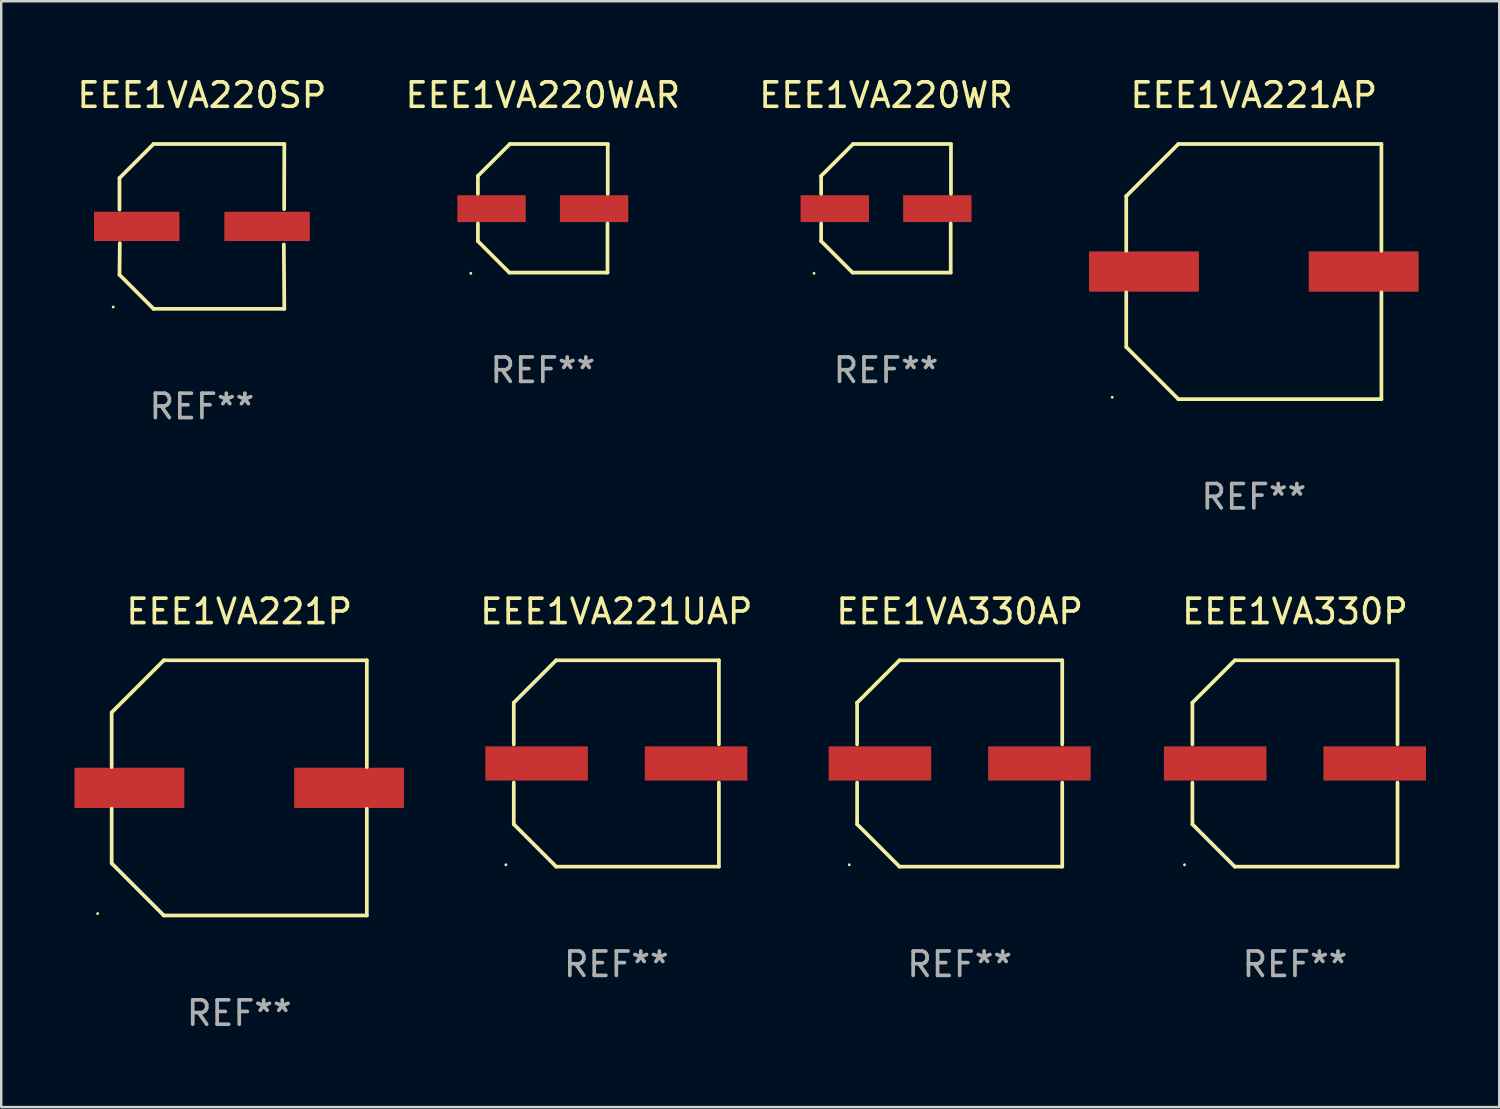
<source format=kicad_pcb>
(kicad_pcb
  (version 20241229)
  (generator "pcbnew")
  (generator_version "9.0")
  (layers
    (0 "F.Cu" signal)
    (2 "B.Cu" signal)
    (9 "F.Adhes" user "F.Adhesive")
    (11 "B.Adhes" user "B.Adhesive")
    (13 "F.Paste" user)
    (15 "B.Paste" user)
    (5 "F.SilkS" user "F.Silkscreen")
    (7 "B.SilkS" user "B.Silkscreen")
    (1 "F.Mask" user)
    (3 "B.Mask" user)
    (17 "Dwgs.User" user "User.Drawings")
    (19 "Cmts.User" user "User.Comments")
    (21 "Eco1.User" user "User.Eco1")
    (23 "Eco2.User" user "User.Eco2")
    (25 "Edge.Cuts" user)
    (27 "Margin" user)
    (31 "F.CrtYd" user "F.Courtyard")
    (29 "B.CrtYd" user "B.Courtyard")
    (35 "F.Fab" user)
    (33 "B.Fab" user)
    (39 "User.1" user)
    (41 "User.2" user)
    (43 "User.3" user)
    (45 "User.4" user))
  (footprint "EEE1VA220WR"
    (layer "F.Cu")
    (at 33.244 5.482)
    (property "Reference" "EEE1VA220WR" (at 0 -4.634 0) (layer "F.SilkS") (effects (font (size 1 1) (thickness 0.15))))
    (attr through_hole)
    (fp_line (start -2.659 -1.326) (end -2.659 -0.592) (stroke (width 0.152) (type solid)) (layer "F.SilkS"))
    (fp_line (start -2.659 1.346) (end -2.659 0.622) (stroke (width 0.152) (type solid)) (layer "F.SilkS"))
    (fp_line (start -1.372 2.634) (end -2.659 1.346) (stroke (width 0.152) (type solid)) (layer "F.SilkS"))
    (fp_line (start -1.349 -2.634) (end -2.659 -1.326) (stroke (width 0.152) (type solid)) (layer "F.SilkS"))
    (fp_line (start 2.649 0.622) (end 2.649 2.634) (stroke (width 0.152) (type solid)) (layer "F.SilkS"))
    (fp_line (start 2.649 2.634) (end -1.372 2.634) (stroke (width 0.152) (type solid)) (layer "F.SilkS"))
    (fp_line (start 2.659 -2.634) (end -1.349 -2.634) (stroke (width 0.152) (type solid)) (layer "F.SilkS"))
    (fp_line (start 2.659 -0.592) (end 2.659 -2.634) (stroke (width 0.152) (type solid)) (layer "F.SilkS"))
    (fp_circle (center -2.95 2.665) (end -2.92 2.665) (stroke (width 0.06) (type solid)) (fill no) (layer "F.SilkS"))
    (fp_text user "REF**" (at 0 6.634 0) (layer "F.Fab") (effects (font (size 1 1) (thickness 0.15))))
    (pad "1" smd rect (at -2.1 0.015) (size 2.8 1.1) (layers "F.Cu" "F.Mask" "F.Paste"))
    (pad "2" smd rect (at 2.1 0.015) (size 2.8 1.1) (layers "F.Cu" "F.Mask" "F.Paste")))
  (footprint "EEE1VA221UAP"
    (layer "F.Cu")
    (at 22.196 28.223)
    (property "Reference" "EEE1VA221UAP" (at 0 -6.226 0) (layer "F.SilkS") (effects (font (size 1 1) (thickness 0.15))))
    (attr through_hole)
    (fp_line (start -4.201 -2.49) (end -4.201 -0.782) (stroke (width 0.152) (type solid)) (layer "F.SilkS"))
    (fp_line (start -4.201 2.49) (end -4.201 0.782) (stroke (width 0.152) (type solid)) (layer "F.SilkS"))
    (fp_line (start -2.465 -4.226) (end -4.201 -2.49) (stroke (width 0.152) (type solid)) (layer "F.SilkS"))
    (fp_line (start -2.465 4.226) (end -4.201 2.49) (stroke (width 0.152) (type solid)) (layer "F.SilkS"))
    (fp_line (start 4.201 -4.226) (end -2.465 -4.226) (stroke (width 0.152) (type solid)) (layer "F.SilkS"))
    (fp_line (start 4.201 -0.782) (end 4.201 -4.226) (stroke (width 0.152) (type solid)) (layer "F.SilkS"))
    (fp_line (start 4.201 0.782) (end 4.201 4.226) (stroke (width 0.152) (type solid)) (layer "F.SilkS"))
    (fp_line (start 4.201 4.226) (end -2.465 4.226) (stroke (width 0.152) (type solid)) (layer "F.SilkS"))
    (fp_circle (center -4.524 4.15) (end -4.494 4.15) (stroke (width 0.06) (type solid)) (fill no) (layer "F.SilkS"))
    (fp_text user "REF**" (at 0 8.226 0) (layer "F.Fab") (effects (font (size 1 1) (thickness 0.15))))
    (pad "1" smd rect (at -3.267 0) (size 4.2 1.4) (layers "F.Cu" "F.Mask" "F.Paste"))
    (pad "2" smd rect (at 3.267 0) (size 4.2 1.4) (layers "F.Cu" "F.Mask" "F.Paste")))
  (footprint "EEE1VA220WAR"
    (layer "F.Cu")
    (at 19.185 5.482)
    (property "Reference" "EEE1VA220WAR" (at 0 -4.634 0) (layer "F.SilkS") (effects (font (size 1 1) (thickness 0.15))))
    (attr through_hole)
    (fp_line (start -2.659 -1.326) (end -2.659 -0.592) (stroke (width 0.152) (type solid)) (layer "F.SilkS"))
    (fp_line (start -2.659 1.346) (end -2.659 0.622) (stroke (width 0.152) (type solid)) (layer "F.SilkS"))
    (fp_line (start -1.372 2.634) (end -2.659 1.346) (stroke (width 0.152) (type solid)) (layer "F.SilkS"))
    (fp_line (start -1.349 -2.634) (end -2.659 -1.326) (stroke (width 0.152) (type solid)) (layer "F.SilkS"))
    (fp_line (start 2.649 0.622) (end 2.649 2.634) (stroke (width 0.152) (type solid)) (layer "F.SilkS"))
    (fp_line (start 2.649 2.634) (end -1.372 2.634) (stroke (width 0.152) (type solid)) (layer "F.SilkS"))
    (fp_line (start 2.659 -2.634) (end -1.349 -2.634) (stroke (width 0.152) (type solid)) (layer "F.SilkS"))
    (fp_line (start 2.659 -0.592) (end 2.659 -2.634) (stroke (width 0.152) (type solid)) (layer "F.SilkS"))
    (fp_circle (center -2.95 2.665) (end -2.92 2.665) (stroke (width 0.06) (type solid)) (fill no) (layer "F.SilkS"))
    (fp_text user "REF**" (at 0 6.634 0) (layer "F.Fab") (effects (font (size 1 1) (thickness 0.15))))
    (pad "1" smd rect (at -2.1 0.015) (size 2.8 1.1) (layers "F.Cu" "F.Mask" "F.Paste"))
    (pad "2" smd rect (at 2.1 0.015) (size 2.8 1.1) (layers "F.Cu" "F.Mask" "F.Paste")))
  (footprint "EEE1VA330AP"
    (layer "F.Cu")
    (at 36.26 28.223)
    (property "Reference" "EEE1VA330AP" (at 0 -6.226 0) (layer "F.SilkS") (effects (font (size 1 1) (thickness 0.15))))
    (attr through_hole)
    (fp_line (start -4.201 -2.49) (end -4.201 -0.782) (stroke (width 0.152) (type solid)) (layer "F.SilkS"))
    (fp_line (start -4.201 2.49) (end -4.201 0.782) (stroke (width 0.152) (type solid)) (layer "F.SilkS"))
    (fp_line (start -2.465 -4.226) (end -4.201 -2.49) (stroke (width 0.152) (type solid)) (layer "F.SilkS"))
    (fp_line (start -2.465 4.226) (end -4.201 2.49) (stroke (width 0.152) (type solid)) (layer "F.SilkS"))
    (fp_line (start 4.201 -4.226) (end -2.465 -4.226) (stroke (width 0.152) (type solid)) (layer "F.SilkS"))
    (fp_line (start 4.201 -0.782) (end 4.201 -4.226) (stroke (width 0.152) (type solid)) (layer "F.SilkS"))
    (fp_line (start 4.201 0.782) (end 4.201 4.226) (stroke (width 0.152) (type solid)) (layer "F.SilkS"))
    (fp_line (start 4.201 4.226) (end -2.465 4.226) (stroke (width 0.152) (type solid)) (layer "F.SilkS"))
    (fp_circle (center -4.524 4.15) (end -4.494 4.15) (stroke (width 0.06) (type solid)) (fill no) (layer "F.SilkS"))
    (fp_text user "REF**" (at 0 8.226 0) (layer "F.Fab") (effects (font (size 1 1) (thickness 0.15))))
    (pad "1" smd rect (at -3.267 0) (size 4.2 1.4) (layers "F.Cu" "F.Mask" "F.Paste"))
    (pad "2" smd rect (at 3.267 0) (size 4.2 1.4) (layers "F.Cu" "F.Mask" "F.Paste")))
  (footprint "EEE1VA220SP"
    (layer "F.Cu")
    (at 5.22 6.224)
    (property "Reference" "EEE1VA220SP" (at 0 -5.376 0) (layer "F.SilkS") (effects (font (size 1 1) (thickness 0.15))))
    (attr through_hole)
    (fp_line (start -3.376 -1.98) (end -3.376 -0.686) (stroke (width 0.152) (type solid)) (layer "F.SilkS"))
    (fp_line (start -3.376 1.981) (end -3.362 0.686) (stroke (width 0.152) (type solid)) (layer "F.SilkS"))
    (fp_line (start -1.981 3.376) (end -3.376 1.981) (stroke (width 0.152) (type solid)) (layer "F.SilkS"))
    (fp_line (start -1.98 -3.376) (end -3.376 -1.98) (stroke (width 0.152) (type solid)) (layer "F.SilkS"))
    (fp_line (start 3.356 0.74) (end 3.376 3.376) (stroke (width 0.152) (type solid)) (layer "F.SilkS"))
    (fp_line (start 3.369 -0.707) (end 3.376 -3.376) (stroke (width 0.152) (type solid)) (layer "F.SilkS"))
    (fp_line (start 3.376 3.376) (end -1.981 3.376) (stroke (width 0.152) (type solid)) (layer "F.SilkS"))
    (fp_line (start 3.376 -3.376) (end -1.98 -3.376) (stroke (width 0.152) (type solid)) (layer "F.SilkS"))
    (fp_circle (center -3.634 3.3) (end -3.604 3.3) (stroke (width 0.06) (type solid)) (fill no) (layer "F.SilkS"))
    (fp_text user "REF**" (at 0 7.376 0) (layer "F.Fab") (effects (font (size 1 1) (thickness 0.15))))
    (pad "1" smd rect (at -2.67 0.000254) (size 3.5 1.2) (layers "F.Cu" "F.Mask" "F.Paste"))
    (pad "2" smd rect (at 2.67 0.000254) (size 3.5 1.2) (layers "F.Cu" "F.Mask" "F.Paste")))
  (footprint "EEE1VA330P"
    (layer "F.Cu")
    (at 49.994 28.223)
    (property "Reference" "EEE1VA330P" (at 0 -6.226 0) (layer "F.SilkS") (effects (font (size 1 1) (thickness 0.15))))
    (attr through_hole)
    (fp_line (start -4.201 -2.49) (end -4.201 -0.782) (stroke (width 0.152) (type solid)) (layer "F.SilkS"))
    (fp_line (start -4.201 2.49) (end -4.201 0.782) (stroke (width 0.152) (type solid)) (layer "F.SilkS"))
    (fp_line (start -2.465 -4.226) (end -4.201 -2.49) (stroke (width 0.152) (type solid)) (layer "F.SilkS"))
    (fp_line (start -2.465 4.226) (end -4.201 2.49) (stroke (width 0.152) (type solid)) (layer "F.SilkS"))
    (fp_line (start 4.201 -4.226) (end -2.465 -4.226) (stroke (width 0.152) (type solid)) (layer "F.SilkS"))
    (fp_line (start 4.201 -0.782) (end 4.201 -4.226) (stroke (width 0.152) (type solid)) (layer "F.SilkS"))
    (fp_line (start 4.201 0.782) (end 4.201 4.226) (stroke (width 0.152) (type solid)) (layer "F.SilkS"))
    (fp_line (start 4.201 4.226) (end -2.465 4.226) (stroke (width 0.152) (type solid)) (layer "F.SilkS"))
    (fp_circle (center -4.524 4.15) (end -4.494 4.15) (stroke (width 0.06) (type solid)) (fill no) (layer "F.SilkS"))
    (fp_text user "REF**" (at 0 8.226 0) (layer "F.Fab") (effects (font (size 1 1) (thickness 0.15))))
    (pad "1" smd rect (at -3.267 0) (size 4.2 1.4) (layers "F.Cu" "F.Mask" "F.Paste"))
    (pad "2" smd rect (at 3.267 0) (size 4.2 1.4) (layers "F.Cu" "F.Mask" "F.Paste")))
  (footprint "EEE1VA221AP"
    (layer "F.Cu")
    (at 48.309 8.074)
    (property "Reference" "EEE1VA221AP" (at 0 -7.226 0) (layer "F.SilkS") (effects (font (size 1 1) (thickness 0.15))))
    (attr through_hole)
    (fp_line (start -5.226 -3.09) (end -5.226 -0.852) (stroke (width 0.152) (type solid)) (layer "F.SilkS"))
    (fp_line (start -5.226 3.09) (end -5.226 0.852) (stroke (width 0.152) (type solid)) (layer "F.SilkS"))
    (fp_line (start -3.09 -5.226) (end -5.226 -3.09) (stroke (width 0.152) (type solid)) (layer "F.SilkS"))
    (fp_line (start -3.09 5.226) (end -5.226 3.09) (stroke (width 0.152) (type solid)) (layer "F.SilkS"))
    (fp_line (start 5.226 -5.226) (end -3.09 -5.226) (stroke (width 0.152) (type solid)) (layer "F.SilkS"))
    (fp_line (start 5.226 -0.852) (end 5.226 -5.226) (stroke (width 0.152) (type solid)) (layer "F.SilkS"))
    (fp_line (start 5.226 0.852) (end 5.226 5.226) (stroke (width 0.152) (type solid)) (layer "F.SilkS"))
    (fp_line (start 5.226 5.226) (end -3.09 5.226) (stroke (width 0.152) (type solid)) (layer "F.SilkS"))
    (fp_circle (center -5.8 5.15) (end -5.77 5.15) (stroke (width 0.06) (type solid)) (fill no) (layer "F.SilkS"))
    (fp_text user "REF**" (at 0 9.226 0) (layer "F.Fab") (effects (font (size 1 1) (thickness 0.15))))
    (pad "1" smd rect (at -4.5 0) (size 4.5 1.65) (layers "F.Cu" "F.Mask" "F.Paste"))
    (pad "2" smd rect (at 4.5 0) (size 4.5 1.65) (layers "F.Cu" "F.Mask" "F.Paste")))
  (footprint "EEE1VA221P"
    (layer "F.Cu")
    (at 6.75 29.223)
    (property "Reference" "EEE1VA221P" (at 0 -7.226 0) (layer "F.SilkS") (effects (font (size 1 1) (thickness 0.15))))
    (attr through_hole)
    (fp_line (start -5.226 -3.09) (end -5.226 -0.852) (stroke (width 0.152) (type solid)) (layer "F.SilkS"))
    (fp_line (start -5.226 3.09) (end -5.226 0.852) (stroke (width 0.152) (type solid)) (layer "F.SilkS"))
    (fp_line (start -3.09 -5.226) (end -5.226 -3.09) (stroke (width 0.152) (type solid)) (layer "F.SilkS"))
    (fp_line (start -3.09 5.226) (end -5.226 3.09) (stroke (width 0.152) (type solid)) (layer "F.SilkS"))
    (fp_line (start 5.226 -5.226) (end -3.09 -5.226) (stroke (width 0.152) (type solid)) (layer "F.SilkS"))
    (fp_line (start 5.226 -0.852) (end 5.226 -5.226) (stroke (width 0.152) (type solid)) (layer "F.SilkS"))
    (fp_line (start 5.226 0.852) (end 5.226 5.226) (stroke (width 0.152) (type solid)) (layer "F.SilkS"))
    (fp_line (start 5.226 5.226) (end -3.09 5.226) (stroke (width 0.152) (type solid)) (layer "F.SilkS"))
    (fp_circle (center -5.8 5.15) (end -5.77 5.15) (stroke (width 0.06) (type solid)) (fill no) (layer "F.SilkS"))
    (fp_text user "REF**" (at 0 9.226 0) (layer "F.Fab") (effects (font (size 1 1) (thickness 0.15))))
    (pad "1" smd rect (at -4.5 0) (size 4.5 1.65) (layers "F.Cu" "F.Mask" "F.Paste"))
    (pad "2" smd rect (at 4.5 0) (size 4.5 1.65) (layers "F.Cu" "F.Mask" "F.Paste")))
  (gr_rect
    (start -3 -3)
    (end 58.361 42.298)
    (stroke (width 0.1) (type default))
    (fill no)
    (layer "Edge.Cuts")))
</source>
